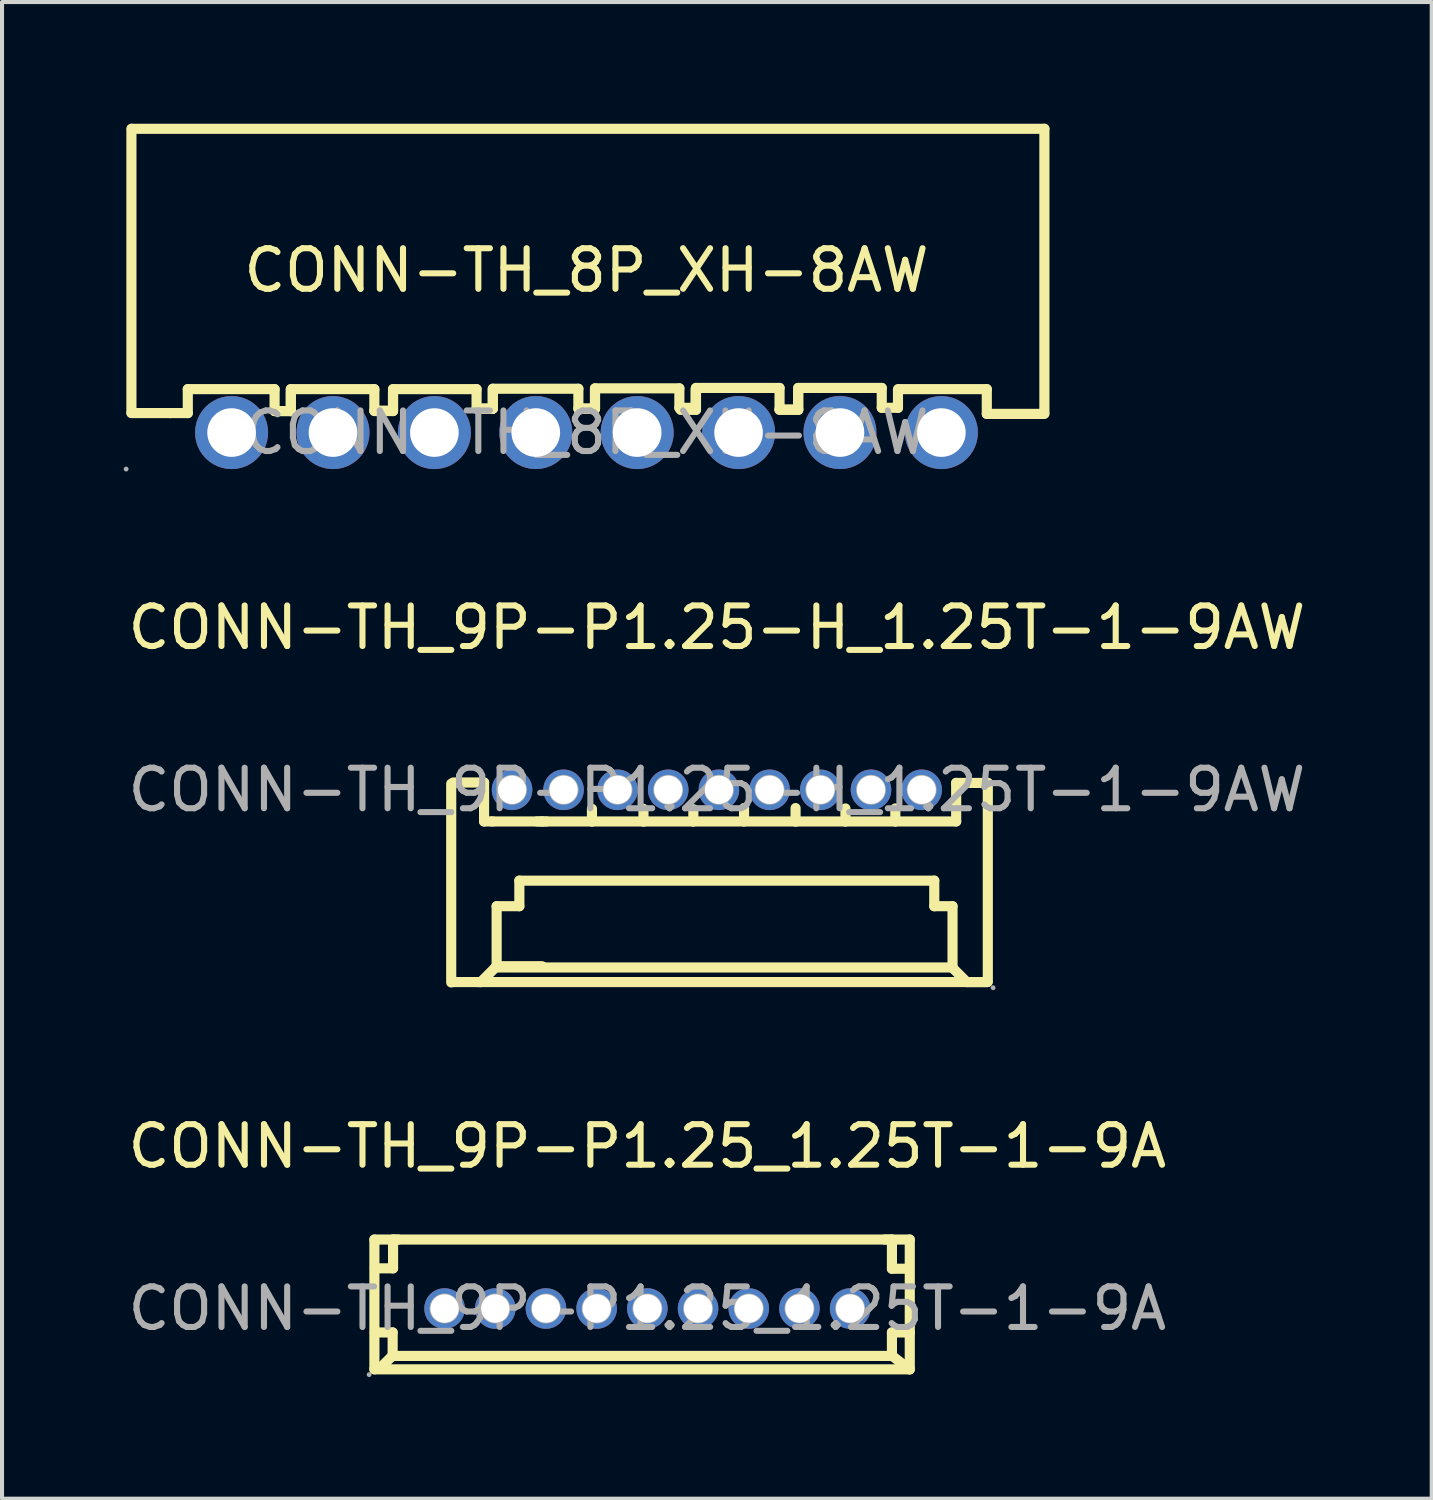
<source format=kicad_pcb>
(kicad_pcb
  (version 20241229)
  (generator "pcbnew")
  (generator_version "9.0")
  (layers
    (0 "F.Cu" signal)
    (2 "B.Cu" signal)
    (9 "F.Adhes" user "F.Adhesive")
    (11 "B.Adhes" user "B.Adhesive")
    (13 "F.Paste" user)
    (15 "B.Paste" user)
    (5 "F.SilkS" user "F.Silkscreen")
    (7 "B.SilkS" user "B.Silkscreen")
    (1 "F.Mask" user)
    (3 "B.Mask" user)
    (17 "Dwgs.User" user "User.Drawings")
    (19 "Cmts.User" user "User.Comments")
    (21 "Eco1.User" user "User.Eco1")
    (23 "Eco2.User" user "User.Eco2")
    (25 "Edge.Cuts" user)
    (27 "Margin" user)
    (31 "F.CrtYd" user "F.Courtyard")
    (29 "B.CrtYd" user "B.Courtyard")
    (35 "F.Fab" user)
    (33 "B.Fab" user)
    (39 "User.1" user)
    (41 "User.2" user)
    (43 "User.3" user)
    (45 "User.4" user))
  (footprint "CONN-TH_9P-P1.25-H_1.25T-1-9AW"
    (layer "F.Cu")
    (at 14.625 16.423)
    (property "Reference" "CONN-TH_9P-P1.25-H_1.25T-1-9AW" (at 0 -4 0) (layer "F.SilkS") (effects (font (size 1 1) (thickness 0.15))))
    (attr through_hole)
    (fp_line (start -6.55 4.75) (end -6.55 -0.15) (stroke (width 0.25) (type solid)) (layer "F.SilkS"))
    (fp_line (start -6.5 -0.18) (end -5.74 -0.18) (stroke (width 0.25) (type solid)) (layer "F.SilkS"))
    (fp_line (start -5.82 4.74) (end -6.53 4.74) (stroke (width 0.25) (type solid)) (layer "F.SilkS"))
    (fp_line (start -5.74 -0.18) (end -5.74 0.78) (stroke (width 0.25) (type solid)) (layer "F.SilkS"))
    (fp_line (start -5.74 0.78) (end -5.53 0.78) (stroke (width 0.25) (type solid)) (layer "F.SilkS"))
    (fp_line (start -5.46 4.38) (end -5.82 4.74) (stroke (width 0.25) (type solid)) (layer "F.SilkS"))
    (fp_line (start -5.43 2.87) (end -5.43 4.35) (stroke (width 0.25) (type solid)) (layer "F.SilkS"))
    (fp_line (start -5.43 4.35) (end -4.31 4.35) (stroke (width 0.25) (type solid)) (layer "F.SilkS"))
    (fp_line (start -4.87 2.24) (end -4.87 2.87) (stroke (width 0.25) (type solid)) (layer "F.SilkS"))
    (fp_line (start -4.87 2.87) (end -5.43 2.87) (stroke (width 0.25) (type solid)) (layer "F.SilkS"))
    (fp_line (start -4.31 0.78) (end -4.43 0.78) (stroke (width 0.25) (type solid)) (layer "F.SilkS"))
    (fp_line (start -4.2 0.78) (end -5.55 0.78) (stroke (width 0.25) (type solid)) (layer "F.SilkS"))
    (fp_line (start -3.08 0.78) (end -4.31 0.78) (stroke (width 0.25) (type solid)) (layer "F.SilkS"))
    (fp_line (start -3.08 0.78) (end -3.08 0.47) (stroke (width 0.25) (type solid)) (layer "F.SilkS"))
    (fp_line (start -1.81 0.78) (end -1.81 0.47) (stroke (width 0.25) (type solid)) (layer "F.SilkS"))
    (fp_line (start -1.79 0.78) (end -3.08 0.78) (stroke (width 0.25) (type solid)) (layer "F.SilkS"))
    (fp_line (start -0.59 0.78) (end -1.81 0.78) (stroke (width 0.25) (type solid)) (layer "F.SilkS"))
    (fp_line (start -0.58 0.78) (end -0.58 0.48) (stroke (width 0.25) (type solid)) (layer "F.SilkS"))
    (fp_line (start 0.64 0.78) (end -0.58 0.78) (stroke (width 0.25) (type solid)) (layer "F.SilkS"))
    (fp_line (start 0.67 0.78) (end 0.67 0.45) (stroke (width 0.25) (type solid)) (layer "F.SilkS"))
    (fp_line (start 1.94 0.78) (end 1.94 0.45) (stroke (width 0.25) (type solid)) (layer "F.SilkS"))
    (fp_line (start 1.96 0.78) (end 0.67 0.78) (stroke (width 0.25) (type solid)) (layer "F.SilkS"))
    (fp_line (start 3.16 0.78) (end 1.94 0.78) (stroke (width 0.25) (type solid)) (layer "F.SilkS"))
    (fp_line (start 3.17 0.78) (end 3.17 0.46) (stroke (width 0.25) (type solid)) (layer "F.SilkS"))
    (fp_line (start 4.39 0.78) (end 3.17 0.78) (stroke (width 0.25) (type solid)) (layer "F.SilkS"))
    (fp_line (start 4.4 0.78) (end 4.4 0.46) (stroke (width 0.25) (type solid)) (layer "F.SilkS"))
    (fp_line (start 5.36 2.24) (end -4.87 2.24) (stroke (width 0.25) (type solid)) (layer "F.SilkS"))
    (fp_line (start 5.36 2.87) (end 5.36 2.24) (stroke (width 0.25) (type solid)) (layer "F.SilkS"))
    (fp_line (start 5.8 4.38) (end -5.46 4.38) (stroke (width 0.25) (type solid)) (layer "F.SilkS"))
    (fp_line (start 5.8 4.38) (end 5.8 4.35) (stroke (width 0.25) (type solid)) (layer "F.SilkS"))
    (fp_line (start 5.81 2.87) (end 5.36 2.87) (stroke (width 0.25) (type solid)) (layer "F.SilkS"))
    (fp_line (start 5.81 4.34) (end 5.81 2.87) (stroke (width 0.25) (type solid)) (layer "F.SilkS"))
    (fp_line (start 5.9 -0.17) (end 5.9 0.78) (stroke (width 0.25) (type solid)) (layer "F.SilkS"))
    (fp_line (start 5.9 0.78) (end 4.4 0.78) (stroke (width 0.25) (type solid)) (layer "F.SilkS"))
    (fp_line (start 6.16 4.74) (end 5.8 4.38) (stroke (width 0.25) (type solid)) (layer "F.SilkS"))
    (fp_line (start 6.67 4.74) (end -5.91 4.74) (stroke (width 0.25) (type solid)) (layer "F.SilkS"))
    (fp_line (start 6.67 4.74) (end 6.16 4.74) (stroke (width 0.25) (type solid)) (layer "F.SilkS"))
    (fp_line (start 6.68 -0.17) (end 5.9 -0.17) (stroke (width 0.25) (type solid)) (layer "F.SilkS"))
    (fp_line (start 6.68 4.73) (end 6.68 -0.17) (stroke (width 0.25) (type solid)) (layer "F.SilkS"))
    (fp_circle (center -5.05 0) (end -4.93 0) (stroke (width 0.25) (type solid)) (fill no) (layer "F.Fab"))
    (fp_circle (center -3.78 0) (end -3.66 0) (stroke (width 0.25) (type solid)) (fill no) (layer "F.Fab"))
    (fp_circle (center -2.45 0) (end -2.33 0) (stroke (width 0.25) (type solid)) (fill no) (layer "F.Fab"))
    (fp_circle (center -1.2 0) (end -1.08 0) (stroke (width 0.25) (type solid)) (fill no) (layer "F.Fab"))
    (fp_circle (center 0.05 0) (end 0.17 0) (stroke (width 0.25) (type solid)) (fill no) (layer "F.Fab"))
    (fp_circle (center 1.3 0) (end 1.42 0) (stroke (width 0.25) (type solid)) (fill no) (layer "F.Fab"))
    (fp_circle (center 2.55 0) (end 2.67 0) (stroke (width 0.25) (type solid)) (fill no) (layer "F.Fab"))
    (fp_circle (center 3.8 0) (end 3.92 0) (stroke (width 0.25) (type solid)) (fill no) (layer "F.Fab"))
    (fp_circle (center 5.05 0) (end 5.17 0) (stroke (width 0.25) (type solid)) (fill no) (layer "F.Fab"))
    (fp_circle (center 6.81 4.88) (end 6.84 4.88) (stroke (width 0.06) (type solid)) (fill no) (layer "F.Fab"))
    (fp_text user "${REFERENCE}" (at 0 0 0) (layer "F.Fab") (effects (font (size 1 1) (thickness 0.15))))
    (pad "1" thru_hole circle (at 5.05 0 180) (size 1 1) (drill 0.7) (layers "*.Cu" "*.Paste" "*.Mask"))
    (pad "2" thru_hole circle (at 3.8 0 180) (size 1 1) (drill 0.7) (layers "*.Cu" "*.Paste" "*.Mask"))
    (pad "3" thru_hole circle (at 2.55 0 180) (size 1 1) (drill 0.7) (layers "*.Cu" "*.Paste" "*.Mask"))
    (pad "4" thru_hole circle (at 1.3 0 180) (size 1 1) (drill 0.7) (layers "*.Cu" "*.Paste" "*.Mask"))
    (pad "5" thru_hole circle (at 0.05 0 180) (size 1 1) (drill 0.7) (layers "*.Cu" "*.Paste" "*.Mask"))
    (pad "6" thru_hole circle (at -1.2 0 180) (size 1 1) (drill 0.7) (layers "*.Cu" "*.Paste" "*.Mask"))
    (pad "7" thru_hole circle (at -2.45 0 180) (size 1 1) (drill 0.7) (layers "*.Cu" "*.Paste" "*.Mask"))
    (pad "8" thru_hole circle (at -3.78 0 180) (size 1 1) (drill 0.7) (layers "*.Cu" "*.Paste" "*.Mask"))
    (pad "9" thru_hole circle (at -5.05 0 180) (size 1 1) (drill 0.7) (layers "*.Cu" "*.Paste" "*.Mask")))
  (footprint "CONN-TH_9P-P1.25_1.25T-1-9A"
    (layer "F.Cu")
    (at 12.911 29.212)
    (property "Reference" "CONN-TH_9P-P1.25_1.25T-1-9A" (at 0 -4 0) (layer "F.SilkS") (effects (font (size 1 1) (thickness 0.15))))
    (attr through_hole)
    (fp_line (start -6.73 -1.7) (end -6.73 1.5) (stroke (width 0.25) (type solid)) (layer "F.SilkS"))
    (fp_line (start -6.73 -1.7) (end 6.47 -1.7) (stroke (width 0.25) (type solid)) (layer "F.SilkS"))
    (fp_line (start -6.73 1.5) (end 6.47 1.5) (stroke (width 0.25) (type solid)) (layer "F.SilkS"))
    (fp_line (start -6.72 -0.99) (end -6.27 -0.99) (stroke (width 0.25) (type solid)) (layer "F.SilkS"))
    (fp_line (start -6.72 1.48) (end -6.6 1.48) (stroke (width 0.25) (type solid)) (layer "F.SilkS"))
    (fp_line (start -6.6 1.48) (end -6.29 1.17) (stroke (width 0.25) (type solid)) (layer "F.SilkS"))
    (fp_line (start -6.29 1.17) (end 6.04 1.17) (stroke (width 0.25) (type solid)) (layer "F.SilkS"))
    (fp_line (start -6.28 0.59) (end -6.72 0.59) (stroke (width 0.25) (type solid)) (layer "F.SilkS"))
    (fp_line (start -6.28 1.17) (end -6.28 0.59) (stroke (width 0.25) (type solid)) (layer "F.SilkS"))
    (fp_line (start -6.27 -1.7) (end -6.14 -1.7) (stroke (width 0.25) (type solid)) (layer "F.SilkS"))
    (fp_line (start -6.27 -0.99) (end -6.27 -1.7) (stroke (width 0.25) (type solid)) (layer "F.SilkS"))
    (fp_line (start 6.03 -1.7) (end 5.85 -1.7) (stroke (width 0.25) (type solid)) (layer "F.SilkS"))
    (fp_line (start 6.03 -0.98) (end 6.03 -1.7) (stroke (width 0.25) (type solid)) (layer "F.SilkS"))
    (fp_line (start 6.03 0.59) (end 6.47 0.59) (stroke (width 0.25) (type solid)) (layer "F.SilkS"))
    (fp_line (start 6.03 1.17) (end 6.03 0.59) (stroke (width 0.25) (type solid)) (layer "F.SilkS"))
    (fp_line (start 6.04 1.17) (end 6.46 1.5) (stroke (width 0.25) (type solid)) (layer "F.SilkS"))
    (fp_line (start 6.45 -0.98) (end 6.03 -0.98) (stroke (width 0.25) (type solid)) (layer "F.SilkS"))
    (fp_line (start 6.47 -1.7) (end 6.47 1.5) (stroke (width 0.25) (type solid)) (layer "F.SilkS"))
    (fp_circle (center -6.86 1.63) (end -6.83 1.63) (stroke (width 0.06) (type solid)) (fill no) (layer "F.Fab"))
    (fp_circle (center -5 0) (end -4.88 0) (stroke (width 0.25) (type solid)) (fill no) (layer "F.Fab"))
    (fp_circle (center -3.75 0) (end -3.63 0) (stroke (width 0.25) (type solid)) (fill no) (layer "F.Fab"))
    (fp_circle (center -2.5 0) (end -2.38 0) (stroke (width 0.25) (type solid)) (fill no) (layer "F.Fab"))
    (fp_circle (center -1.25 0) (end -1.13 0) (stroke (width 0.25) (type solid)) (fill no) (layer "F.Fab"))
    (fp_circle (center 0 0) (end 0.12 0) (stroke (width 0.25) (type solid)) (fill no) (layer "F.Fab"))
    (fp_circle (center 1.25 0) (end 1.37 0) (stroke (width 0.25) (type solid)) (fill no) (layer "F.Fab"))
    (fp_circle (center 2.5 0) (end 2.62 0) (stroke (width 0.25) (type solid)) (fill no) (layer "F.Fab"))
    (fp_circle (center 3.75 0) (end 3.87 0) (stroke (width 0.25) (type solid)) (fill no) (layer "F.Fab"))
    (fp_circle (center 5 0) (end 5.12 0) (stroke (width 0.25) (type solid)) (fill no) (layer "F.Fab"))
    (fp_text user "${REFERENCE}" (at 0 0 0) (layer "F.Fab") (effects (font (size 1 1) (thickness 0.15))))
    (pad "1" thru_hole circle (at -5 0) (size 1 1) (drill 0.7) (layers "*.Cu" "*.Paste" "*.Mask"))
    (pad "2" thru_hole circle (at -3.75 0) (size 1 1) (drill 0.7) (layers "*.Cu" "*.Paste" "*.Mask"))
    (pad "3" thru_hole circle (at -2.5 0) (size 1 1) (drill 0.7) (layers "*.Cu" "*.Paste" "*.Mask"))
    (pad "4" thru_hole circle (at -1.25 0) (size 1 1) (drill 0.7) (layers "*.Cu" "*.Paste" "*.Mask"))
    (pad "5" thru_hole circle (at 0 0) (size 1 1) (drill 0.7) (layers "*.Cu" "*.Paste" "*.Mask"))
    (pad "6" thru_hole circle (at 1.25 0) (size 1 1) (drill 0.7) (layers "*.Cu" "*.Paste" "*.Mask"))
    (pad "7" thru_hole circle (at 2.5 0) (size 1 1) (drill 0.7) (layers "*.Cu" "*.Paste" "*.Mask"))
    (pad "8" thru_hole circle (at 3.75 0) (size 1 1) (drill 0.7) (layers "*.Cu" "*.Paste" "*.Mask"))
    (pad "9" thru_hole circle (at 5 0) (size 1 1) (drill 0.7) (layers "*.Cu" "*.Paste" "*.Mask")))
  (footprint "CONN-TH_8P_XH-8AW"
    (layer "F.Cu")
    (at 11.41 7.615)
    (property "Reference" "CONN-TH_8P_XH-8AW" (at 0 -4 0) (layer "F.SilkS") (effects (font (size 1 1) (thickness 0.15))))
    (attr through_hole)
    (fp_line (start -11.22 -0.49) (end -11.22 -7.49) (stroke (width 0.25) (type solid)) (layer "F.SilkS"))
    (fp_line (start -11.22 -0.48) (end -10.26 -0.48) (stroke (width 0.25) (type solid)) (layer "F.SilkS"))
    (fp_line (start -11.21 -7.49) (end 11.29 -7.49) (stroke (width 0.25) (type solid)) (layer "F.SilkS"))
    (fp_line (start -10.26 -0.48) (end -9.83 -0.48) (stroke (width 0.25) (type solid)) (layer "F.SilkS"))
    (fp_line (start -9.83 -1.07) (end -7.69 -1.07) (stroke (width 0.25) (type solid)) (layer "F.SilkS"))
    (fp_line (start -9.83 -0.48) (end -9.83 -1.07) (stroke (width 0.25) (type solid)) (layer "F.SilkS"))
    (fp_line (start -7.69 -1.07) (end -7.69 -0.53) (stroke (width 0.25) (type solid)) (layer "F.SilkS"))
    (fp_line (start -7.69 -0.53) (end -7.29 -0.53) (stroke (width 0.25) (type solid)) (layer "F.SilkS"))
    (fp_line (start -7.67 -0.53) (end -7.29 -0.53) (stroke (width 0.25) (type solid)) (layer "F.SilkS"))
    (fp_line (start -7.29 -1.07) (end -5.23 -1.07) (stroke (width 0.25) (type solid)) (layer "F.SilkS"))
    (fp_line (start -7.29 -0.53) (end -7.29 -1.07) (stroke (width 0.25) (type solid)) (layer "F.SilkS"))
    (fp_line (start -7.29 -0.53) (end -7.29 -0.99) (stroke (width 0.25) (type solid)) (layer "F.SilkS"))
    (fp_line (start -5.23 -1.07) (end -5.23 -0.54) (stroke (width 0.25) (type solid)) (layer "F.SilkS"))
    (fp_line (start -5.23 -0.54) (end -4.77 -0.54) (stroke (width 0.25) (type solid)) (layer "F.SilkS"))
    (fp_line (start -5.23 -0.53) (end -4.77 -0.53) (stroke (width 0.25) (type solid)) (layer "F.SilkS"))
    (fp_line (start -4.77 -1.07) (end -2.71 -1.07) (stroke (width 0.25) (type solid)) (layer "F.SilkS"))
    (fp_line (start -4.77 -0.54) (end -4.77 -1) (stroke (width 0.25) (type solid)) (layer "F.SilkS"))
    (fp_line (start -4.77 -0.53) (end -4.77 -1.07) (stroke (width 0.25) (type solid)) (layer "F.SilkS"))
    (fp_line (start -2.71 -1.07) (end -2.71 -0.59) (stroke (width 0.25) (type solid)) (layer "F.SilkS"))
    (fp_line (start -2.71 -0.59) (end -2.31 -0.59) (stroke (width 0.25) (type solid)) (layer "F.SilkS"))
    (fp_line (start -2.69 -0.59) (end -2.31 -0.59) (stroke (width 0.25) (type solid)) (layer "F.SilkS"))
    (fp_line (start -2.31 -1.08) (end -0.2 -1.08) (stroke (width 0.25) (type solid)) (layer "F.SilkS"))
    (fp_line (start -2.31 -0.59) (end -2.31 -1.08) (stroke (width 0.25) (type solid)) (layer "F.SilkS"))
    (fp_line (start -2.31 -0.59) (end -2.31 -1.04) (stroke (width 0.25) (type solid)) (layer "F.SilkS"))
    (fp_line (start -0.2 -1.08) (end -0.2 -0.59) (stroke (width 0.25) (type solid)) (layer "F.SilkS"))
    (fp_line (start -0.2 -0.59) (end 0.21 -0.59) (stroke (width 0.25) (type solid)) (layer "F.SilkS"))
    (fp_line (start -0.18 -0.59) (end 0.21 -0.59) (stroke (width 0.25) (type solid)) (layer "F.SilkS"))
    (fp_line (start 0.21 -1.09) (end 2.29 -1.09) (stroke (width 0.25) (type solid)) (layer "F.SilkS"))
    (fp_line (start 0.21 -0.59) (end 0.21 -1.09) (stroke (width 0.25) (type solid)) (layer "F.SilkS"))
    (fp_line (start 0.21 -0.59) (end 0.21 -1.05) (stroke (width 0.25) (type solid)) (layer "F.SilkS"))
    (fp_line (start 2.29 -1.09) (end 2.29 -0.61) (stroke (width 0.25) (type solid)) (layer "F.SilkS"))
    (fp_line (start 2.29 -0.61) (end 2.69 -0.61) (stroke (width 0.25) (type solid)) (layer "F.SilkS"))
    (fp_line (start 2.32 -0.56) (end 2.7 -0.56) (stroke (width 0.25) (type solid)) (layer "F.SilkS"))
    (fp_line (start 2.69 -0.61) (end 2.69 -1.07) (stroke (width 0.25) (type solid)) (layer "F.SilkS"))
    (fp_line (start 2.7 -1.1) (end 4.76 -1.1) (stroke (width 0.25) (type solid)) (layer "F.SilkS"))
    (fp_line (start 2.7 -0.56) (end 2.7 -1.1) (stroke (width 0.25) (type solid)) (layer "F.SilkS"))
    (fp_line (start 4.76 -1.1) (end 4.76 -0.57) (stroke (width 0.25) (type solid)) (layer "F.SilkS"))
    (fp_line (start 4.76 -0.57) (end 5.22 -0.57) (stroke (width 0.25) (type solid)) (layer "F.SilkS"))
    (fp_line (start 4.76 -0.56) (end 5.22 -0.56) (stroke (width 0.25) (type solid)) (layer "F.SilkS"))
    (fp_line (start 5.22 -1.1) (end 7.28 -1.1) (stroke (width 0.25) (type solid)) (layer "F.SilkS"))
    (fp_line (start 5.22 -0.57) (end 5.22 -1.03) (stroke (width 0.25) (type solid)) (layer "F.SilkS"))
    (fp_line (start 5.22 -0.56) (end 5.22 -1.1) (stroke (width 0.25) (type solid)) (layer "F.SilkS"))
    (fp_line (start 7.28 -1.1) (end 7.28 -0.61) (stroke (width 0.25) (type solid)) (layer "F.SilkS"))
    (fp_line (start 7.28 -0.61) (end 7.68 -0.61) (stroke (width 0.25) (type solid)) (layer "F.SilkS"))
    (fp_line (start 7.68 -0.61) (end 7.68 -1.07) (stroke (width 0.25) (type solid)) (layer "F.SilkS"))
    (fp_line (start 7.71 -1.07) (end 9.87 -1.07) (stroke (width 0.25) (type solid)) (layer "F.SilkS"))
    (fp_line (start 9.87 -1.07) (end 9.87 -0.46) (stroke (width 0.25) (type solid)) (layer "F.SilkS"))
    (fp_line (start 9.87 -0.46) (end 11.29 -0.46) (stroke (width 0.25) (type solid)) (layer "F.SilkS"))
    (fp_line (start 11.29 -0.49) (end 11.29 -7.49) (stroke (width 0.25) (type solid)) (layer "F.SilkS"))
    (fp_circle (center -11.35 0.9) (end -11.32 0.9) (stroke (width 0.06) (type solid)) (fill no) (layer "F.Fab"))
    (fp_circle (center -8.75 0) (end -8.5 0) (stroke (width 0.5) (type solid)) (fill no) (layer "F.Fab"))
    (fp_circle (center -6.25 0) (end -6 0) (stroke (width 0.5) (type solid)) (fill no) (layer "F.Fab"))
    (fp_circle (center -3.75 0) (end -3.5 0) (stroke (width 0.5) (type solid)) (fill no) (layer "F.Fab"))
    (fp_circle (center -1.25 0) (end -1 0) (stroke (width 0.5) (type solid)) (fill no) (layer "F.Fab"))
    (fp_circle (center 1.25 0) (end 1.5 0) (stroke (width 0.5) (type solid)) (fill no) (layer "F.Fab"))
    (fp_circle (center 3.75 0) (end 4 0) (stroke (width 0.5) (type solid)) (fill no) (layer "F.Fab"))
    (fp_circle (center 6.25 0) (end 6.5 0) (stroke (width 0.5) (type solid)) (fill no) (layer "F.Fab"))
    (fp_circle (center 8.75 0) (end 9 0) (stroke (width 0.5) (type solid)) (fill no) (layer "F.Fab"))
    (fp_text user "${REFERENCE}" (at 0 0 0) (layer "F.Fab") (effects (font (size 1 1) (thickness 0.15))))
    (pad "1" thru_hole circle (at -8.75 0) (size 1.8 1.8) (drill 1.199) (layers "*.Cu" "*.Paste" "*.Mask"))
    (pad "2" thru_hole circle (at -6.25 0) (size 1.8 1.8) (drill 1.199) (layers "*.Cu" "*.Paste" "*.Mask"))
    (pad "3" thru_hole circle (at -3.75 0) (size 1.8 1.8) (drill 1.199) (layers "*.Cu" "*.Paste" "*.Mask"))
    (pad "4" thru_hole circle (at -1.25 0) (size 1.8 1.8) (drill 1.199) (layers "*.Cu" "*.Paste" "*.Mask"))
    (pad "5" thru_hole circle (at 1.25 0) (size 1.8 1.8) (drill 1.199) (layers "*.Cu" "*.Paste" "*.Mask"))
    (pad "6" thru_hole circle (at 3.75 0) (size 1.8 1.8) (drill 1.199) (layers "*.Cu" "*.Paste" "*.Mask"))
    (pad "7" thru_hole circle (at 6.25 0) (size 1.8 1.8) (drill 1.199) (layers "*.Cu" "*.Paste" "*.Mask"))
    (pad "8" thru_hole circle (at 8.75 0) (size 1.8 1.8) (drill 1.199) (layers "*.Cu" "*.Paste" "*.Mask")))
  (gr_rect
    (start -3 -3)
    (end 32.25 33.901)
    (stroke (width 0.1) (type default))
    (fill no)
    (layer "Edge.Cuts")))
</source>
